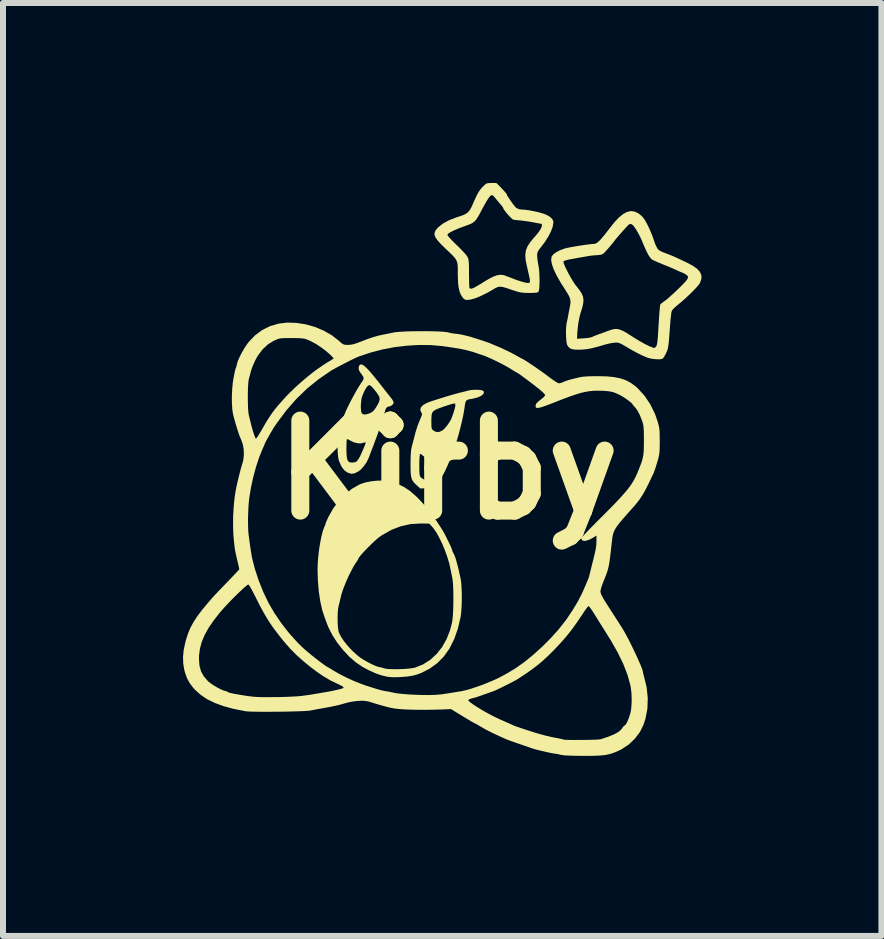
<source format=kicad_pcb>
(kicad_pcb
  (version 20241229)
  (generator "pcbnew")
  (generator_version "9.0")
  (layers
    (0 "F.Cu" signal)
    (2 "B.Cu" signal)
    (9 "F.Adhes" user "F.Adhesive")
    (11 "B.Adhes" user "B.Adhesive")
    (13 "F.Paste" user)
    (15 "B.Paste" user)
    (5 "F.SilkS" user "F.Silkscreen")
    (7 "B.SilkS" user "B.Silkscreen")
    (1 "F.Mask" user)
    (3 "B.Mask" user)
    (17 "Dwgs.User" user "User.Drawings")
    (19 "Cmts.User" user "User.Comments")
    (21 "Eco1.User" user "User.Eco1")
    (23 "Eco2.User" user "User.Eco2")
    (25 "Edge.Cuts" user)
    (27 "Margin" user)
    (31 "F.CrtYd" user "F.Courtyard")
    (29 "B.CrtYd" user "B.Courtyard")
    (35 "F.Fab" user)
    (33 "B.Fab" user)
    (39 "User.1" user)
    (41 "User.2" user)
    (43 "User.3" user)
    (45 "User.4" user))
  (footprint "Kirby"
    (layer "F.Cu")
    (at 4.419 4.781)
    (property "Reference" "Kirby" (at 0 0 0) (layer "F.SilkS") (effects (font (size 1.5 1.5) (thickness 0.3))))
    (attr board_only exclude_from_pos_files exclude_from_bom)
    (fp_poly (pts (xy -1.425 -1.751) (xy -1.395 -1.73) (xy -1.356 -1.694) (xy -1.307 -1.642) (xy -1.248 -1.572) (xy -1.175 -1.483) (xy -1.102 -1.389) (xy -1.057 -1.332) (xy -1.014 -1.277) (xy -0.977 -1.231) (xy -0.952 -1.199) (xy -0.951 -1.199) (xy -0.926 -1.164) (xy -0.911 -1.133) (xy -0.908 -1.121) (xy -0.92 -1.094) (xy -0.948 -1.07) (xy -0.985 -1.056) (xy -0.996 -1.055) (xy -1.021 -1.045) (xy -1.041 -1.015) (xy -1.058 -0.962) (xy -1.063 -0.941) (xy -1.074 -0.898) (xy -1.094 -0.835) (xy -1.12 -0.756) (xy -1.151 -0.667) (xy -1.185 -0.571) (xy -1.221 -0.474) (xy -1.238 -0.427) (xy -1.265 -0.357) (xy -1.29 -0.293) (xy -1.31 -0.239) (xy -1.324 -0.203) (xy -1.327 -0.194) (xy -1.361 -0.125) (xy -1.408 -0.059) (xy -1.46 -0.002) (xy -1.499 0.027) (xy -1.559 0.057) (xy -1.612 0.065) (xy -1.663 0.05) (xy -1.675 0.045) (xy -1.72 0.015) (xy -1.755 -0.022) (xy -1.786 -0.072) (xy -1.816 -0.142) (xy -1.822 -0.157) (xy -1.832 -0.202) (xy -1.839 -0.266) (xy -1.843 -0.341) (xy -1.843 -0.35) (xy -1.696 -0.35) (xy -1.694 -0.265) (xy -1.688 -0.203) (xy -1.677 -0.161) (xy -1.658 -0.136) (xy -1.63 -0.124) (xy -1.591 -0.123) (xy -1.59 -0.123) (xy -1.551 -0.128) (xy -1.525 -0.142) (xy -1.501 -0.171) (xy -1.495 -0.18) (xy -1.476 -0.212) (xy -1.454 -0.258) (xy -1.43 -0.311) (xy -1.407 -0.365) (xy -1.388 -0.412) (xy -1.377 -0.445) (xy -1.375 -0.456) (xy -1.385 -0.461) (xy -1.401 -0.455) (xy -1.45 -0.442) (xy -1.51 -0.444) (xy -1.575 -0.461) (xy -1.635 -0.49) (xy -1.644 -0.496) (xy -1.671 -0.51) (xy -1.687 -0.512) (xy -1.687 -0.512) (xy -1.691 -0.496) (xy -1.694 -0.459) (xy -1.695 -0.406) (xy -1.696 -0.35) (xy -1.843 -0.35) (xy -1.843 -0.419) (xy -1.839 -0.493) (xy -1.832 -0.555) (xy -1.822 -0.594) (xy -1.81 -0.634) (xy -1.803 -0.668) (xy -1.803 -0.674) (xy -1.798 -0.704) (xy -1.784 -0.755) (xy -1.763 -0.822) (xy -1.736 -0.902) (xy -1.73 -0.919) (xy -1.705 -0.981) (xy -1.669 -1.057) (xy -1.667 -1.061) (xy -1.456 -1.061) (xy -1.454 -1.004) (xy -1.447 -0.961) (xy -1.442 -0.947) (xy -1.416 -0.926) (xy -1.373 -0.924) (xy -1.311 -0.942) (xy -1.309 -0.943) (xy -1.272 -0.962) (xy -1.24 -0.99) (xy -1.209 -1.031) (xy -1.178 -1.083) (xy -1.151 -1.137) (xy -1.141 -1.18) (xy -1.149 -1.22) (xy -1.175 -1.265) (xy -1.193 -1.29) (xy -1.239 -1.348) (xy -1.273 -1.386) (xy -1.298 -1.407) (xy -1.319 -1.412) (xy -1.332 -1.407) (xy -1.356 -1.382) (xy -1.384 -1.337) (xy -1.414 -1.275) (xy -1.433 -1.228) (xy -1.445 -1.182) (xy -1.452 -1.123) (xy -1.456 -1.061) (xy -1.667 -1.061) (xy -1.626 -1.143) (xy -1.579 -1.231) (xy -1.532 -1.316) (xy -1.486 -1.392) (xy -1.447 -1.454) (xy -1.427 -1.481) (xy -1.41 -1.513) (xy -1.413 -1.547) (xy -1.437 -1.588) (xy -1.458 -1.614) (xy -1.485 -1.657) (xy -1.494 -1.7) (xy -1.484 -1.737) (xy -1.467 -1.754) (xy -1.449 -1.758)) (stroke (width 0) (type solid)) (fill yes) (layer "F.SilkS"))
    (fp_poly (pts (xy 0.539 -1.331) (xy 0.575 -1.323) (xy 0.588 -1.315) (xy 0.596 -1.288) (xy 0.582 -1.26) (xy 0.547 -1.233) (xy 0.494 -1.209) (xy 0.426 -1.19) (xy 0.37 -1.18) (xy 0.33 -1.172) (xy 0.305 -1.158) (xy 0.289 -1.133) (xy 0.28 -1.09) (xy 0.274 -1.048) (xy 0.263 -0.973) (xy 0.245 -0.881) (xy 0.222 -0.779) (xy 0.196 -0.673) (xy 0.168 -0.569) (xy 0.139 -0.472) (xy 0.112 -0.39) (xy 0.087 -0.327) (xy 0.086 -0.325) (xy 0.073 -0.293) (xy 0.067 -0.271) (xy 0.067 -0.27) (xy 0.062 -0.251) (xy 0.048 -0.213) (xy 0.027 -0.161) (xy 0.002 -0.102) (xy -0.026 -0.039) (xy -0.053 0.02) (xy -0.096 0.101) (xy -0.146 0.174) (xy -0.198 0.233) (xy -0.239 0.267) (xy -0.283 0.289) (xy -0.337 0.301) (xy -0.376 0.305) (xy -0.465 0.31) (xy -0.528 0.252) (xy -0.563 0.218) (xy -0.588 0.187) (xy -0.606 0.154) (xy -0.617 0.113) (xy -0.624 0.06) (xy -0.627 -0.01) (xy -0.627 -0.082) (xy -0.481 -0.082) (xy -0.481 -0.008) (xy -0.479 0.044) (xy -0.476 0.079) (xy -0.471 0.101) (xy -0.463 0.116) (xy -0.451 0.129) (xy -0.451 0.13) (xy -0.401 0.161) (xy -0.353 0.166) (xy -0.305 0.144) (xy -0.28 0.122) (xy -0.265 0.099) (xy -0.244 0.06) (xy -0.22 0.01) (xy -0.195 -0.045) (xy -0.172 -0.1) (xy -0.153 -0.149) (xy -0.141 -0.187) (xy -0.137 -0.207) (xy -0.138 -0.209) (xy -0.153 -0.209) (xy -0.185 -0.201) (xy -0.211 -0.192) (xy -0.255 -0.179) (xy -0.287 -0.176) (xy -0.32 -0.183) (xy -0.331 -0.186) (xy -0.375 -0.206) (xy -0.414 -0.231) (xy -0.419 -0.235) (xy -0.445 -0.257) (xy -0.465 -0.267) (xy -0.467 -0.267) (xy -0.473 -0.254) (xy -0.477 -0.215) (xy -0.48 -0.153) (xy -0.481 -0.082) (xy -0.627 -0.082) (xy -0.627 -0.101) (xy -0.627 -0.103) (xy -0.626 -0.197) (xy -0.623 -0.269) (xy -0.618 -0.328) (xy -0.609 -0.377) (xy -0.602 -0.407) (xy -0.585 -0.469) (xy -0.566 -0.541) (xy -0.549 -0.608) (xy -0.531 -0.669) (xy -0.512 -0.73) (xy -0.494 -0.778) (xy -0.492 -0.781) (xy -0.478 -0.815) (xy -0.28 -0.815) (xy -0.28 -0.754) (xy -0.278 -0.714) (xy -0.273 -0.689) (xy -0.264 -0.672) (xy -0.249 -0.658) (xy -0.245 -0.655) (xy -0.199 -0.632) (xy -0.149 -0.633) (xy -0.097 -0.656) (xy -0.063 -0.686) (xy -0.024 -0.731) (xy 0.015 -0.786) (xy 0.047 -0.84) (xy 0.063 -0.877) (xy 0.093 -0.965) (xy 0.112 -1.031) (xy 0.12 -1.076) (xy 0.117 -1.101) (xy 0.104 -1.108) (xy 0.083 -1.104) (xy 0.042 -1.093) (xy -0.011 -1.076) (xy -0.069 -1.057) (xy -0.127 -1.036) (xy -0.155 -1.026) (xy -0.208 -1.004) (xy -0.244 -0.982) (xy -0.265 -0.955) (xy -0.276 -0.916) (xy -0.28 -0.859) (xy -0.28 -0.815) (xy -0.478 -0.815) (xy -0.473 -0.829) (xy -0.454 -0.873) (xy -0.447 -0.89) (xy -0.436 -0.922) (xy -0.44 -0.944) (xy -0.448 -0.957) (xy -0.465 -0.998) (xy -0.457 -1.038) (xy -0.423 -1.077) (xy -0.367 -1.111) (xy -0.334 -1.125) (xy -0.281 -1.144) (xy -0.213 -1.166) (xy -0.134 -1.191) (xy -0.05 -1.217) (xy 0.033 -1.242) (xy 0.111 -1.264) (xy 0.178 -1.283) (xy 0.229 -1.295) (xy 0.234 -1.296) (xy 0.282 -1.308) (xy 0.33 -1.32) (xy 0.334 -1.322) (xy 0.379 -1.331) (xy 0.434 -1.335) (xy 0.49 -1.335)) (stroke (width 0) (type solid)) (fill yes) (layer "F.SilkS"))
    (fp_poly (pts (xy -1.085 0.18) (xy -0.957 0.201) (xy -0.845 0.234) (xy -0.743 0.281) (xy -0.644 0.346) (xy -0.543 0.432) (xy -0.5 0.474) (xy -0.42 0.559) (xy -0.335 0.66) (xy -0.252 0.768) (xy -0.178 0.875) (xy -0.167 0.893) (xy -0.152 0.915) (xy -0.129 0.951) (xy -0.112 0.977) (xy -0.089 1.014) (xy -0.062 1.063) (xy -0.032 1.121) (xy -0.002 1.182) (xy 0.026 1.239) (xy 0.048 1.288) (xy 0.063 1.324) (xy 0.067 1.339) (xy 0.074 1.363) (xy 0.085 1.383) (xy 0.104 1.42) (xy 0.126 1.482) (xy 0.15 1.567) (xy 0.176 1.671) (xy 0.203 1.793) (xy 0.207 1.812) (xy 0.217 1.88) (xy 0.223 1.966) (xy 0.227 2.066) (xy 0.227 2.17) (xy 0.224 2.273) (xy 0.217 2.367) (xy 0.208 2.445) (xy 0.206 2.455) (xy 0.16 2.651) (xy 0.098 2.825) (xy 0.021 2.978) (xy -0.073 3.11) (xy -0.184 3.222) (xy -0.311 3.314) (xy -0.455 3.387) (xy -0.525 3.412) (xy -0.589 3.429) (xy -0.672 3.442) (xy -0.764 3.45) (xy -0.857 3.455) (xy -0.943 3.454) (xy -1.013 3.447) (xy -1.018 3.446) (xy -1.114 3.423) (xy -1.211 3.389) (xy -1.318 3.341) (xy -1.422 3.286) (xy -1.534 3.211) (xy -1.645 3.116) (xy -1.751 3.003) (xy -1.848 2.88) (xy -1.932 2.75) (xy -1.998 2.619) (xy -2.022 2.557) (xy -2.038 2.514) (xy -2.052 2.477) (xy -2.056 2.466) (xy -1.843 2.466) (xy -1.842 2.546) (xy -1.837 2.62) (xy -1.829 2.681) (xy -1.821 2.71) (xy -1.788 2.777) (xy -1.737 2.854) (xy -1.673 2.933) (xy -1.6 3.012) (xy -1.522 3.083) (xy -1.467 3.127) (xy -1.418 3.159) (xy -1.36 3.193) (xy -1.298 3.226) (xy -1.239 3.254) (xy -1.188 3.275) (xy -1.153 3.285) (xy -1.147 3.286) (xy -1.112 3.292) (xy -1.075 3.305) (xy -1.042 3.313) (xy -0.989 3.319) (xy -0.921 3.321) (xy -0.844 3.321) (xy -0.764 3.319) (xy -0.687 3.314) (xy -0.619 3.307) (xy -0.565 3.298) (xy -0.549 3.294) (xy -0.418 3.241) (xy -0.299 3.165) (xy -0.193 3.068) (xy -0.101 2.952) (xy -0.026 2.818) (xy 0.032 2.669) (xy 0.063 2.551) (xy 0.072 2.491) (xy 0.079 2.413) (xy 0.084 2.32) (xy 0.086 2.219) (xy 0.087 2.116) (xy 0.085 2.016) (xy 0.082 1.926) (xy 0.076 1.85) (xy 0.068 1.796) (xy 0.056 1.74) (xy 0.045 1.684) (xy 0.039 1.656) (xy 0.016 1.552) (xy -0.018 1.441) (xy -0.059 1.328) (xy -0.105 1.218) (xy -0.155 1.117) (xy -0.204 1.031) (xy -0.252 0.965) (xy -0.258 0.958) (xy -0.315 0.895) (xy -0.455 0.893) (xy -0.625 0.903) (xy -0.789 0.939) (xy -0.948 1) (xy -1.103 1.088) (xy -1.143 1.116) (xy -1.179 1.144) (xy -1.224 1.184) (xy -1.275 1.232) (xy -1.327 1.284) (xy -1.379 1.336) (xy -1.425 1.386) (xy -1.462 1.428) (xy -1.487 1.46) (xy -1.496 1.477) (xy -1.504 1.497) (xy -1.523 1.527) (xy -1.527 1.531) (xy -1.549 1.563) (xy -1.579 1.613) (xy -1.612 1.676) (xy -1.647 1.744) (xy -1.679 1.813) (xy -1.706 1.875) (xy -1.709 1.883) (xy -1.737 1.952) (xy -1.756 2.003) (xy -1.769 2.042) (xy -1.78 2.077) (xy -1.788 2.113) (xy -1.791 2.123) (xy -1.804 2.18) (xy -1.819 2.24) (xy -1.825 2.263) (xy -1.835 2.317) (xy -1.841 2.387) (xy -1.843 2.466) (xy -2.056 2.466) (xy -2.057 2.464) (xy -2.098 2.339) (xy -2.131 2.193) (xy -2.156 2.029) (xy -2.171 1.852) (xy -2.177 1.667) (xy -2.177 1.662) (xy -2.174 1.556) (xy -2.165 1.444) (xy -2.152 1.33) (xy -2.134 1.219) (xy -2.114 1.117) (xy -2.092 1.028) (xy -2.068 0.959) (xy -2.056 0.932) (xy -2.045 0.906) (xy -2.043 0.895) (xy -2.038 0.877) (xy -2.023 0.843) (xy -2.003 0.798) (xy -2 0.791) (xy -1.919 0.647) (xy -1.825 0.517) (xy -1.718 0.405) (xy -1.603 0.314) (xy -1.482 0.245) (xy -1.429 0.224) (xy -1.358 0.204) (xy -1.274 0.189) (xy -1.188 0.18) (xy -1.111 0.178)) (stroke (width 0) (type solid)) (fill yes) (layer "F.SilkS"))
    (fp_poly (pts (xy 0.89 -4.694) (xy 0.927 -4.654) (xy 0.956 -4.621) (xy 0.973 -4.6) (xy 0.975 -4.595) (xy 0.982 -4.576) (xy 1.002 -4.543) (xy 1.03 -4.501) (xy 1.061 -4.456) (xy 1.092 -4.414) (xy 1.119 -4.382) (xy 1.13 -4.37) (xy 1.177 -4.345) (xy 1.209 -4.34) (xy 1.273 -4.336) (xy 1.351 -4.326) (xy 1.434 -4.31) (xy 1.515 -4.292) (xy 1.586 -4.271) (xy 1.636 -4.252) (xy 1.698 -4.216) (xy 1.736 -4.18) (xy 1.752 -4.141) (xy 1.753 -4.121) (xy 1.742 -4.054) (xy 1.713 -3.975) (xy 1.669 -3.888) (xy 1.611 -3.798) (xy 1.56 -3.73) (xy 1.523 -3.683) (xy 1.5 -3.649) (xy 1.488 -3.622) (xy 1.483 -3.594) (xy 1.483 -3.57) (xy 1.486 -3.521) (xy 1.494 -3.461) (xy 1.502 -3.419) (xy 1.511 -3.365) (xy 1.518 -3.299) (xy 1.521 -3.227) (xy 1.523 -3.154) (xy 1.521 -3.086) (xy 1.518 -3.028) (xy 1.511 -2.986) (xy 1.502 -2.965) (xy 1.502 -2.964) (xy 1.477 -2.955) (xy 1.427 -2.95) (xy 1.351 -2.949) (xy 1.345 -2.949) (xy 1.278 -2.951) (xy 1.225 -2.955) (xy 1.174 -2.965) (xy 1.116 -2.982) (xy 1.068 -2.998) (xy 0.989 -3.025) (xy 0.93 -3.043) (xy 0.885 -3.052) (xy 0.849 -3.052) (xy 0.817 -3.044) (xy 0.783 -3.028) (xy 0.755 -3.011) (xy 0.649 -2.95) (xy 0.549 -2.901) (xy 0.458 -2.863) (xy 0.379 -2.84) (xy 0.317 -2.831) (xy 0.317 -2.831) (xy 0.279 -2.838) (xy 0.25 -2.862) (xy 0.242 -2.872) (xy 0.211 -2.92) (xy 0.189 -2.974) (xy 0.174 -3.038) (xy 0.165 -3.117) (xy 0.161 -3.216) (xy 0.16 -3.264) (xy 0.16 -3.34) (xy 0.159 -3.399) (xy 0.153 -3.445) (xy 0.141 -3.484) (xy 0.121 -3.52) (xy 0.089 -3.558) (xy 0.044 -3.604) (xy -0.017 -3.662) (xy -0.043 -3.686) (xy -0.118 -3.76) (xy -0.174 -3.821) (xy -0.21 -3.872) (xy -0.227 -3.915) (xy -0.227 -3.917) (xy -0.013 -3.917) (xy -0.004 -3.9) (xy 0.022 -3.868) (xy 0.062 -3.826) (xy 0.111 -3.776) (xy 0.141 -3.748) (xy 0.196 -3.694) (xy 0.246 -3.642) (xy 0.287 -3.597) (xy 0.314 -3.563) (xy 0.321 -3.551) (xy 0.331 -3.53) (xy 0.338 -3.505) (xy 0.342 -3.473) (xy 0.345 -3.429) (xy 0.347 -3.368) (xy 0.347 -3.286) (xy 0.347 -3.268) (xy 0.348 -3.192) (xy 0.349 -3.125) (xy 0.351 -3.072) (xy 0.354 -3.038) (xy 0.356 -3.027) (xy 0.377 -3.019) (xy 0.411 -3.027) (xy 0.45 -3.046) (xy 0.486 -3.067) (xy 0.535 -3.096) (xy 0.587 -3.128) (xy 0.594 -3.133) (xy 0.685 -3.187) (xy 0.76 -3.224) (xy 0.823 -3.246) (xy 0.877 -3.252) (xy 0.926 -3.246) (xy 0.944 -3.24) (xy 0.979 -3.226) (xy 1.031 -3.207) (xy 1.09 -3.184) (xy 1.115 -3.174) (xy 1.176 -3.153) (xy 1.236 -3.134) (xy 1.284 -3.122) (xy 1.299 -3.119) (xy 1.325 -3.115) (xy 1.344 -3.115) (xy 1.356 -3.12) (xy 1.362 -3.135) (xy 1.362 -3.162) (xy 1.355 -3.203) (xy 1.342 -3.263) (xy 1.323 -3.345) (xy 1.309 -3.406) (xy 1.29 -3.503) (xy 1.285 -3.585) (xy 1.295 -3.658) (xy 1.323 -3.727) (xy 1.369 -3.798) (xy 1.436 -3.878) (xy 1.444 -3.886) (xy 1.495 -3.947) (xy 1.534 -4.002) (xy 1.557 -4.047) (xy 1.562 -4.073) (xy 1.56 -4.095) (xy 1.557 -4.1) (xy 1.543 -4.102) (xy 1.508 -4.109) (xy 1.458 -4.118) (xy 1.42 -4.125) (xy 1.351 -4.138) (xy 1.278 -4.148) (xy 1.215 -4.156) (xy 1.195 -4.158) (xy 1.145 -4.162) (xy 1.104 -4.167) (xy 1.081 -4.172) (xy 1.061 -4.187) (xy 1.032 -4.215) (xy 0.998 -4.251) (xy 0.966 -4.29) (xy 0.939 -4.324) (xy 0.923 -4.348) (xy 0.921 -4.354) (xy 0.913 -4.373) (xy 0.892 -4.403) (xy 0.871 -4.427) (xy 0.835 -4.469) (xy 0.798 -4.514) (xy 0.784 -4.532) (xy 0.758 -4.561) (xy 0.735 -4.578) (xy 0.728 -4.581) (xy 0.707 -4.57) (xy 0.678 -4.537) (xy 0.642 -4.482) (xy 0.597 -4.403) (xy 0.581 -4.374) (xy 0.537 -4.291) (xy 0.503 -4.229) (xy 0.474 -4.182) (xy 0.446 -4.148) (xy 0.417 -4.123) (xy 0.382 -4.103) (xy 0.338 -4.085) (xy 0.281 -4.064) (xy 0.267 -4.059) (xy 0.168 -4.022) (xy 0.09 -3.988) (xy 0.032 -3.959) (xy -0.003 -3.934) (xy -0.013 -3.917) (xy -0.227 -3.917) (xy -0.226 -3.955) (xy -0.209 -3.993) (xy -0.177 -4.032) (xy -0.163 -4.045) (xy -0.086 -4.106) (xy 0.015 -4.161) (xy 0.136 -4.208) (xy 0.17 -4.219) (xy 0.239 -4.242) (xy 0.291 -4.265) (xy 0.329 -4.293) (xy 0.361 -4.332) (xy 0.391 -4.386) (xy 0.421 -4.454) (xy 0.456 -4.532) (xy 0.485 -4.592) (xy 0.511 -4.638) (xy 0.538 -4.675) (xy 0.568 -4.71) (xy 0.575 -4.717) (xy 0.609 -4.751) (xy 0.634 -4.77) (xy 0.662 -4.779) (xy 0.701 -4.781) (xy 0.72 -4.781) (xy 0.804 -4.781)) (stroke (width 0) (type solid)) (fill yes) (layer "F.SilkS"))
    (fp_poly (pts (xy 3.114 -4.303) (xy 3.174 -4.273) (xy 3.228 -4.229) (xy 3.241 -4.215) (xy 3.277 -4.166) (xy 3.316 -4.096) (xy 3.357 -4.011) (xy 3.396 -3.917) (xy 3.432 -3.818) (xy 3.442 -3.786) (xy 3.453 -3.757) (xy 3.472 -3.719) (xy 3.478 -3.707) (xy 3.493 -3.682) (xy 3.512 -3.662) (xy 3.541 -3.645) (xy 3.584 -3.626) (xy 3.626 -3.61) (xy 3.673 -3.592) (xy 3.713 -3.576) (xy 3.75 -3.561) (xy 3.79 -3.543) (xy 3.838 -3.521) (xy 3.899 -3.492) (xy 3.979 -3.454) (xy 3.98 -3.454) (xy 4.077 -3.402) (xy 4.149 -3.351) (xy 4.196 -3.298) (xy 4.22 -3.244) (xy 4.22 -3.185) (xy 4.198 -3.122) (xy 4.195 -3.114) (xy 4.172 -3.081) (xy 4.132 -3.035) (xy 4.079 -2.979) (xy 4.016 -2.918) (xy 3.948 -2.854) (xy 3.877 -2.792) (xy 3.83 -2.753) (xy 3.779 -2.71) (xy 3.746 -2.678) (xy 3.728 -2.652) (xy 3.72 -2.627) (xy 3.713 -2.57) (xy 3.705 -2.499) (xy 3.698 -2.41) (xy 3.69 -2.301) (xy 3.686 -2.244) (xy 3.679 -2.154) (xy 3.67 -2.079) (xy 3.661 -2.023) (xy 3.653 -1.996) (xy 3.627 -1.937) (xy 3.602 -1.89) (xy 3.58 -1.859) (xy 3.573 -1.853) (xy 3.546 -1.845) (xy 3.5 -1.843) (xy 3.445 -1.846) (xy 3.388 -1.853) (xy 3.337 -1.865) (xy 3.319 -1.871) (xy 3.225 -1.911) (xy 3.13 -1.959) (xy 3.026 -2.017) (xy 2.975 -2.047) (xy 2.918 -2.081) (xy 2.877 -2.103) (xy 2.847 -2.116) (xy 2.82 -2.121) (xy 2.791 -2.121) (xy 2.768 -2.12) (xy 2.714 -2.112) (xy 2.649 -2.098) (xy 2.597 -2.084) (xy 2.489 -2.052) (xy 2.399 -2.029) (xy 2.322 -2.014) (xy 2.251 -2.006) (xy 2.183 -2.003) (xy 2.112 -2.005) (xy 2.061 -2.013) (xy 2.026 -2.029) (xy 2 -2.055) (xy 1.983 -2.083) (xy 1.974 -2.116) (xy 1.968 -2.167) (xy 1.964 -2.232) (xy 1.963 -2.301) (xy 1.965 -2.369) (xy 1.971 -2.428) (xy 1.977 -2.464) (xy 1.988 -2.509) (xy 1.999 -2.564) (xy 2.003 -2.591) (xy 2.014 -2.648) (xy 2.026 -2.708) (xy 2.03 -2.731) (xy 2.039 -2.791) (xy 2.034 -2.843) (xy 2.015 -2.895) (xy 1.979 -2.957) (xy 1.973 -2.967) (xy 1.882 -3.109) (xy 1.81 -3.234) (xy 1.759 -3.34) (xy 1.728 -3.429) (xy 1.72 -3.476) (xy 1.921 -3.476) (xy 1.921 -3.459) (xy 1.933 -3.423) (xy 1.954 -3.375) (xy 1.983 -3.317) (xy 2.015 -3.255) (xy 2.05 -3.193) (xy 2.085 -3.135) (xy 2.117 -3.087) (xy 2.133 -3.067) (xy 2.187 -2.998) (xy 2.225 -2.94) (xy 2.247 -2.887) (xy 2.255 -2.833) (xy 2.25 -2.772) (xy 2.233 -2.699) (xy 2.205 -2.611) (xy 2.185 -2.532) (xy 2.168 -2.437) (xy 2.156 -2.334) (xy 2.153 -2.298) (xy 2.147 -2.186) (xy 2.26 -2.193) (xy 2.315 -2.198) (xy 2.362 -2.205) (xy 2.393 -2.213) (xy 2.398 -2.215) (xy 2.425 -2.228) (xy 2.466 -2.244) (xy 2.497 -2.256) (xy 2.55 -2.274) (xy 2.612 -2.297) (xy 2.663 -2.316) (xy 2.72 -2.336) (xy 2.768 -2.347) (xy 2.813 -2.349) (xy 2.858 -2.339) (xy 2.909 -2.319) (xy 2.97 -2.285) (xy 3.047 -2.236) (xy 3.078 -2.216) (xy 3.172 -2.158) (xy 3.265 -2.105) (xy 3.351 -2.062) (xy 3.405 -2.04) (xy 3.431 -2.032) (xy 3.448 -2.039) (xy 3.464 -2.054) (xy 3.473 -2.071) (xy 3.481 -2.098) (xy 3.487 -2.141) (xy 3.493 -2.203) (xy 3.499 -2.285) (xy 3.506 -2.411) (xy 3.513 -2.513) (xy 3.518 -2.594) (xy 3.523 -2.655) (xy 3.527 -2.7) (xy 3.53 -2.73) (xy 3.533 -2.749) (xy 3.536 -2.759) (xy 3.537 -2.76) (xy 3.552 -2.774) (xy 3.582 -2.797) (xy 3.606 -2.814) (xy 3.642 -2.841) (xy 3.689 -2.882) (xy 3.744 -2.931) (xy 3.802 -2.985) (xy 3.859 -3.04) (xy 3.91 -3.092) (xy 3.951 -3.135) (xy 3.977 -3.167) (xy 3.983 -3.176) (xy 3.998 -3.204) (xy 3.998 -3.222) (xy 3.982 -3.24) (xy 3.978 -3.244) (xy 3.946 -3.267) (xy 3.92 -3.28) (xy 3.895 -3.29) (xy 3.854 -3.307) (xy 3.806 -3.329) (xy 3.806 -3.329) (xy 3.757 -3.351) (xy 3.692 -3.379) (xy 3.621 -3.408) (xy 3.572 -3.428) (xy 3.512 -3.453) (xy 3.458 -3.476) (xy 3.417 -3.495) (xy 3.397 -3.506) (xy 3.368 -3.535) (xy 3.333 -3.588) (xy 3.296 -3.662) (xy 3.256 -3.753) (xy 3.219 -3.841) (xy 3.183 -3.916) (xy 3.142 -3.988) (xy 3.116 -4.03) (xy 3.081 -4.077) (xy 3.049 -4.098) (xy 3.02 -4.095) (xy 3.002 -4.082) (xy 2.976 -4.054) (xy 2.94 -4.015) (xy 2.899 -3.969) (xy 2.858 -3.922) (xy 2.821 -3.879) (xy 2.793 -3.846) (xy 2.779 -3.828) (xy 2.757 -3.798) (xy 2.723 -3.757) (xy 2.684 -3.71) (xy 2.644 -3.665) (xy 2.61 -3.628) (xy 2.586 -3.604) (xy 2.585 -3.603) (xy 2.546 -3.585) (xy 2.491 -3.579) (xy 2.438 -3.576) (xy 2.377 -3.57) (xy 2.344 -3.565) (xy 2.289 -3.555) (xy 2.223 -3.544) (xy 2.158 -3.533) (xy 2.157 -3.532) (xy 2.069 -3.516) (xy 2.004 -3.504) (xy 1.96 -3.493) (xy 1.933 -3.483) (xy 1.921 -3.476) (xy 1.72 -3.476) (xy 1.716 -3.5) (xy 1.724 -3.554) (xy 1.727 -3.562) (xy 1.757 -3.596) (xy 1.806 -3.631) (xy 1.871 -3.664) (xy 1.944 -3.69) (xy 1.959 -3.694) (xy 2.005 -3.704) (xy 2.067 -3.716) (xy 2.141 -3.729) (xy 2.218 -3.741) (xy 2.293 -3.752) (xy 2.359 -3.76) (xy 2.409 -3.765) (xy 2.427 -3.766) (xy 2.452 -3.77) (xy 2.481 -3.785) (xy 2.514 -3.813) (xy 2.554 -3.855) (xy 2.604 -3.915) (xy 2.665 -3.993) (xy 2.692 -4.028) (xy 2.772 -4.129) (xy 2.844 -4.206) (xy 2.911 -4.261) (xy 2.973 -4.296) (xy 3.034 -4.312) (xy 3.058 -4.313)) (stroke (width 0) (type solid)) (fill yes) (layer "F.SilkS"))
    (fp_poly (pts (xy -2.53 -2.45) (xy -2.374 -2.426) (xy -2.22 -2.382) (xy -2.074 -2.321) (xy -1.94 -2.244) (xy -1.825 -2.155) (xy -1.786 -2.119) (xy -1.757 -2.098) (xy -1.731 -2.087) (xy -1.699 -2.084) (xy -1.67 -2.083) (xy -1.625 -2.086) (xy -1.578 -2.095) (xy -1.521 -2.113) (xy -1.447 -2.141) (xy -1.34 -2.182) (xy -1.249 -2.213) (xy -1.165 -2.237) (xy -1.082 -2.255) (xy -1.082 -2.255) (xy -1.029 -2.265) (xy -0.966 -2.278) (xy -0.91 -2.29) (xy -0.862 -2.297) (xy -0.793 -2.302) (xy -0.709 -2.307) (xy -0.614 -2.31) (xy -0.512 -2.311) (xy -0.408 -2.312) (xy -0.306 -2.311) (xy -0.21 -2.309) (xy -0.125 -2.305) (xy -0.056 -2.3) (xy -0.007 -2.294) (xy 0.008 -2.29) (xy 0.056 -2.278) (xy 0.101 -2.271) (xy 0.116 -2.27) (xy 0.157 -2.266) (xy 0.217 -2.256) (xy 0.286 -2.24) (xy 0.359 -2.222) (xy 0.407 -2.207) (xy 0.509 -2.175) (xy 0.595 -2.147) (xy 0.662 -2.124) (xy 0.707 -2.107) (xy 0.714 -2.103) (xy 0.75 -2.088) (xy 0.797 -2.068) (xy 0.827 -2.056) (xy 0.893 -2.028) (xy 0.972 -1.99) (xy 1.054 -1.95) (xy 1.129 -1.91) (xy 1.162 -1.891) (xy 1.2 -1.87) (xy 1.231 -1.853) (xy 1.242 -1.848) (xy 1.269 -1.833) (xy 1.314 -1.805) (xy 1.371 -1.767) (xy 1.437 -1.723) (xy 1.506 -1.675) (xy 1.575 -1.626) (xy 1.64 -1.579) (xy 1.674 -1.553) (xy 1.73 -1.512) (xy 1.779 -1.478) (xy 1.818 -1.454) (xy 1.842 -1.443) (xy 1.845 -1.442) (xy 1.873 -1.448) (xy 1.912 -1.461) (xy 1.929 -1.469) (xy 1.98 -1.489) (xy 2.036 -1.506) (xy 2.052 -1.51) (xy 2.104 -1.523) (xy 2.164 -1.537) (xy 2.191 -1.544) (xy 2.246 -1.553) (xy 2.327 -1.559) (xy 2.433 -1.562) (xy 2.493 -1.562) (xy 2.638 -1.559) (xy 2.762 -1.547) (xy 2.869 -1.526) (xy 2.961 -1.494) (xy 3.044 -1.45) (xy 3.121 -1.394) (xy 3.153 -1.366) (xy 3.27 -1.239) (xy 3.368 -1.094) (xy 3.447 -0.932) (xy 3.492 -0.802) (xy 3.505 -0.755) (xy 3.515 -0.712) (xy 3.521 -0.667) (xy 3.524 -0.613) (xy 3.525 -0.543) (xy 3.526 -0.48) (xy 3.525 -0.398) (xy 3.524 -0.335) (xy 3.52 -0.285) (xy 3.513 -0.24) (xy 3.503 -0.195) (xy 3.488 -0.141) (xy 3.485 -0.132) (xy 3.466 -0.07) (xy 3.448 -0.014) (xy 3.433 0.029) (xy 3.426 0.047) (xy 3.371 0.164) (xy 3.324 0.261) (xy 3.282 0.342) (xy 3.243 0.411) (xy 3.203 0.472) (xy 3.162 0.529) (xy 3.115 0.586) (xy 3.063 0.645) (xy 2.98 0.738) (xy 2.913 0.815) (xy 2.86 0.878) (xy 2.819 0.931) (xy 2.788 0.977) (xy 2.766 1.019) (xy 2.751 1.06) (xy 2.74 1.104) (xy 2.733 1.154) (xy 2.726 1.212) (xy 2.725 1.222) (xy 2.712 1.339) (xy 2.701 1.433) (xy 2.691 1.51) (xy 2.681 1.573) (xy 2.67 1.627) (xy 2.657 1.676) (xy 2.641 1.725) (xy 2.621 1.778) (xy 2.596 1.84) (xy 2.592 1.85) (xy 2.569 1.909) (xy 2.551 1.962) (xy 2.54 2.004) (xy 2.537 2.022) (xy 2.54 2.043) (xy 2.547 2.068) (xy 2.562 2.1) (xy 2.586 2.144) (xy 2.621 2.201) (xy 2.669 2.276) (xy 2.695 2.317) (xy 2.742 2.39) (xy 2.779 2.447) (xy 2.811 2.497) (xy 2.843 2.546) (xy 2.879 2.603) (xy 2.901 2.637) (xy 2.932 2.69) (xy 2.969 2.757) (xy 3.01 2.834) (xy 3.052 2.918) (xy 3.094 3.005) (xy 3.135 3.091) (xy 3.171 3.172) (xy 3.203 3.244) (xy 3.227 3.303) (xy 3.241 3.346) (xy 3.245 3.366) (xy 3.249 3.387) (xy 3.258 3.424) (xy 3.264 3.444) (xy 3.308 3.626) (xy 3.326 3.805) (xy 3.32 3.979) (xy 3.288 4.146) (xy 3.255 4.247) (xy 3.196 4.367) (xy 3.113 4.477) (xy 3.012 4.574) (xy 2.894 4.653) (xy 2.847 4.677) (xy 2.786 4.704) (xy 2.728 4.725) (xy 2.67 4.741) (xy 2.606 4.753) (xy 2.532 4.76) (xy 2.444 4.764) (xy 2.336 4.766) (xy 2.245 4.766) (xy 2.117 4.764) (xy 2.014 4.761) (xy 1.938 4.757) (xy 1.886 4.75) (xy 1.87 4.747) (xy 1.826 4.736) (xy 1.788 4.729) (xy 1.779 4.729) (xy 1.751 4.725) (xy 1.704 4.716) (xy 1.645 4.703) (xy 1.579 4.688) (xy 1.515 4.673) (xy 1.458 4.658) (xy 1.414 4.646) (xy 1.402 4.642) (xy 1.371 4.631) (xy 1.321 4.613) (xy 1.261 4.593) (xy 1.209 4.575) (xy 1.124 4.546) (xy 1.059 4.523) (xy 1.008 4.504) (xy 0.964 4.487) (xy 0.923 4.469) (xy 0.878 4.449) (xy 0.842 4.432) (xy 0.767 4.397) (xy 0.711 4.37) (xy 0.667 4.348) (xy 0.63 4.329) (xy 0.594 4.309) (xy 0.554 4.285) (xy 0.54 4.277) (xy 0.495 4.251) (xy 0.459 4.231) (xy 0.439 4.221) (xy 0.436 4.22) (xy 0.423 4.213) (xy 0.391 4.195) (xy 0.344 4.167) (xy 0.286 4.132) (xy 0.238 4.103) (xy 0.047 3.986) (xy -0.114 3.993) (xy -0.229 3.996) (xy -0.355 3.998) (xy -0.484 3.998) (xy -0.607 3.996) (xy -0.716 3.992) (xy -0.768 3.989) (xy -0.837 3.983) (xy -0.903 3.975) (xy -0.97 3.962) (xy -1.046 3.943) (xy -1.135 3.918) (xy -1.242 3.886) (xy -1.266 3.878) (xy -1.329 3.86) (xy -1.38 3.85) (xy -1.433 3.847) (xy -1.493 3.849) (xy -1.56 3.856) (xy -1.63 3.867) (xy -1.69 3.881) (xy -1.696 3.883) (xy -1.811 3.915) (xy -1.945 3.945) (xy -2.097 3.973) (xy -2.161 3.984) (xy -2.224 3.996) (xy -2.276 4.006) (xy -2.29 4.009) (xy -2.324 4.014) (xy -2.38 4.018) (xy -2.455 4.021) (xy -2.545 4.024) (xy -2.646 4.027) (xy -2.754 4.029) (xy -2.865 4.03) (xy -2.975 4.031) (xy -3.079 4.031) (xy -3.175 4.03) (xy -3.258 4.029) (xy -3.325 4.026) (xy -3.37 4.023) (xy -3.381 4.021) (xy -3.574 3.983) (xy -3.744 3.937) (xy -3.891 3.883) (xy -3.984 3.837) (xy 0.334 3.837) (xy 0.346 3.855) (xy 0.378 3.881) (xy 0.427 3.916) (xy 0.489 3.956) (xy 0.56 3.999) (xy 0.638 4.044) (xy 0.718 4.087) (xy 0.798 4.127) (xy 0.872 4.162) (xy 0.874 4.163) (xy 0.938 4.191) (xy 0.997 4.217) (xy 1.044 4.238) (xy 1.073 4.251) (xy 1.075 4.252) (xy 1.092 4.26) (xy 1.11 4.267) (xy 1.132 4.275) (xy 1.163 4.286) (xy 1.209 4.301) (xy 1.272 4.323) (xy 1.322 4.339) (xy 1.473 4.387) (xy 1.61 4.425) (xy 1.742 4.456) (xy 1.835 4.473) (xy 1.878 4.482) (xy 1.909 4.489) (xy 1.921 4.494) (xy 1.937 4.497) (xy 1.974 4.499) (xy 2.03 4.5) (xy 2.098 4.501) (xy 2.174 4.5) (xy 2.253 4.5) (xy 2.332 4.499) (xy 2.404 4.497) (xy 2.466 4.495) (xy 2.513 4.492) (xy 2.541 4.489) (xy 2.543 4.488) (xy 2.664 4.448) (xy 2.762 4.408) (xy 2.835 4.368) (xy 2.883 4.328) (xy 2.898 4.307) (xy 2.92 4.276) (xy 2.941 4.259) (xy 2.963 4.237) (xy 2.986 4.195) (xy 3.012 4.13) (xy 3.033 4.066) (xy 3.048 3.997) (xy 3.056 3.911) (xy 3.058 3.814) (xy 3.054 3.716) (xy 3.043 3.626) (xy 3.037 3.592) (xy 2.989 3.417) (xy 2.917 3.231) (xy 2.821 3.035) (xy 2.703 2.829) (xy 2.66 2.761) (xy 2.634 2.718) (xy 2.598 2.661) (xy 2.557 2.596) (xy 2.518 2.534) (xy 2.462 2.444) (xy 2.419 2.375) (xy 2.386 2.325) (xy 2.362 2.292) (xy 2.346 2.275) (xy 2.338 2.27) (xy 2.326 2.281) (xy 2.304 2.308) (xy 2.277 2.346) (xy 2.276 2.347) (xy 2.221 2.43) (xy 2.177 2.495) (xy 2.141 2.548) (xy 2.108 2.594) (xy 2.076 2.639) (xy 2.04 2.686) (xy 2.015 2.718) (xy 1.943 2.806) (xy 1.856 2.903) (xy 1.762 3.003) (xy 1.666 3.098) (xy 1.574 3.183) (xy 1.497 3.248) (xy 1.408 3.316) (xy 1.306 3.388) (xy 1.201 3.458) (xy 1.142 3.496) (xy 1.113 3.512) (xy 1.068 3.536) (xy 1.011 3.565) (xy 0.949 3.596) (xy 0.887 3.627) (xy 0.832 3.653) (xy 0.79 3.673) (xy 0.768 3.682) (xy 0.669 3.718) (xy 0.592 3.745) (xy 0.533 3.766) (xy 0.487 3.782) (xy 0.451 3.793) (xy 0.421 3.801) (xy 0.404 3.805) (xy 0.365 3.817) (xy 0.34 3.83) (xy 0.334 3.837) (xy -3.984 3.837) (xy -4.019 3.82) (xy -4.127 3.747) (xy -4.22 3.664) (xy -4.25 3.63) (xy -4.31 3.55) (xy -4.354 3.468) (xy -4.387 3.373) (xy -4.396 3.34) (xy -4.415 3.232) (xy -4.418 3.149) (xy -4.153 3.149) (xy -4.145 3.263) (xy -4.118 3.359) (xy -4.07 3.445) (xy -4.001 3.523) (xy -3.991 3.531) (xy -3.952 3.562) (xy -3.901 3.595) (xy -3.845 3.628) (xy -3.791 3.656) (xy -3.744 3.677) (xy -3.711 3.686) (xy -3.708 3.686) (xy -3.684 3.694) (xy -3.678 3.699) (xy -3.663 3.708) (xy -3.631 3.717) (xy -3.582 3.728) (xy -3.513 3.741) (xy -3.42 3.756) (xy -3.359 3.766) (xy -3.296 3.774) (xy -3.235 3.781) (xy -3.169 3.785) (xy -3.092 3.787) (xy -3 3.787) (xy -2.887 3.786) (xy -2.885 3.786) (xy -2.787 3.785) (xy -2.691 3.782) (xy -2.601 3.778) (xy -2.525 3.774) (xy -2.467 3.769) (xy -2.451 3.768) (xy -2.386 3.759) (xy -2.32 3.75) (xy -2.267 3.742) (xy -2.257 3.74) (xy -2.21 3.732) (xy -2.147 3.721) (xy -2.08 3.71) (xy -2.057 3.706) (xy -1.994 3.695) (xy -1.935 3.684) (xy -1.89 3.674) (xy -1.876 3.671) (xy -1.83 3.66) (xy -1.788 3.649) (xy -1.783 3.648) (xy -1.755 3.639) (xy -1.743 3.629) (xy -1.749 3.616) (xy -1.775 3.599) (xy -1.823 3.575) (xy -1.876 3.55) (xy -1.975 3.501) (xy -2.077 3.441) (xy -2.184 3.368) (xy -2.302 3.279) (xy -2.417 3.184) (xy -2.528 3.085) (xy -2.633 2.979) (xy -2.738 2.859) (xy -2.811 2.768) (xy -2.877 2.682) (xy -2.935 2.603) (xy -2.987 2.526) (xy -3.036 2.446) (xy -3.086 2.359) (xy -3.14 2.258) (xy -3.2 2.14) (xy -3.22 2.1) (xy -3.253 2.035) (xy -3.283 1.98) (xy -3.307 1.938) (xy -3.325 1.914) (xy -3.33 1.91) (xy -3.348 1.919) (xy -3.38 1.945) (xy -3.424 1.984) (xy -3.477 2.034) (xy -3.536 2.091) (xy -3.598 2.153) (xy -3.659 2.216) (xy -3.716 2.277) (xy -3.767 2.333) (xy -3.802 2.374) (xy -3.909 2.51) (xy -3.995 2.636) (xy -4.06 2.754) (xy -4.107 2.867) (xy -4.137 2.979) (xy -4.152 3.092) (xy -4.153 3.149) (xy -4.418 3.149) (xy -4.419 3.122) (xy -4.408 3.003) (xy -4.38 2.871) (xy -4.363 2.811) (xy -4.331 2.714) (xy -4.291 2.622) (xy -4.241 2.531) (xy -4.178 2.435) (xy -4.099 2.331) (xy -4.033 2.251) (xy -3.998 2.209) (xy -3.968 2.175) (xy -3.942 2.144) (xy -3.914 2.113) (xy -3.882 2.079) (xy -3.843 2.037) (xy -3.792 1.984) (xy -3.727 1.917) (xy -3.713 1.902) (xy -3.659 1.846) (xy -3.608 1.793) (xy -3.565 1.747) (xy -3.533 1.714) (xy -3.526 1.706) (xy -3.48 1.656) (xy -3.504 1.552) (xy -3.519 1.489) (xy -3.534 1.423) (xy -3.546 1.369) (xy -3.554 1.326) (xy -3.562 1.264) (xy -3.57 1.19) (xy -3.577 1.112) (xy -3.579 1.09) (xy -3.585 0.942) (xy -3.584 0.827) (xy -3.336 0.827) (xy -3.335 0.923) (xy -3.332 1.007) (xy -3.327 1.073) (xy -3.326 1.082) (xy -3.316 1.151) (xy -3.306 1.227) (xy -3.299 1.282) (xy -3.27 1.459) (xy -3.222 1.648) (xy -3.158 1.843) (xy -3.08 2.037) (xy -2.994 2.217) (xy -2.894 2.388) (xy -2.776 2.561) (xy -2.644 2.729) (xy -2.504 2.884) (xy -2.429 2.957) (xy -2.385 2.997) (xy -2.329 3.044) (xy -2.267 3.095) (xy -2.202 3.147) (xy -2.139 3.195) (xy -2.083 3.237) (xy -2.037 3.269) (xy -2.006 3.288) (xy -2.003 3.29) (xy -1.982 3.301) (xy -1.946 3.323) (xy -1.91 3.345) (xy -1.811 3.402) (xy -1.695 3.461) (xy -1.573 3.517) (xy -1.452 3.565) (xy -1.38 3.591) (xy -1.29 3.62) (xy -1.22 3.642) (xy -1.168 3.658) (xy -1.127 3.669) (xy -1.094 3.677) (xy -1.065 3.683) (xy -1.048 3.686) (xy -0.993 3.695) (xy -0.937 3.707) (xy -0.921 3.71) (xy -0.856 3.723) (xy -0.769 3.733) (xy -0.668 3.741) (xy -0.559 3.747) (xy -0.446 3.751) (xy -0.336 3.752) (xy -0.236 3.75) (xy -0.15 3.744) (xy -0.11 3.74) (xy -0.002 3.724) (xy 0.115 3.705) (xy 0.225 3.687) (xy 0.234 3.685) (xy 0.301 3.67) (xy 0.386 3.645) (xy 0.482 3.613) (xy 0.583 3.577) (xy 0.682 3.537) (xy 0.774 3.498) (xy 0.851 3.461) (xy 0.868 3.452) (xy 0.906 3.432) (xy 0.955 3.405) (xy 0.99 3.386) (xy 1.13 3.301) (xy 1.277 3.196) (xy 1.426 3.074) (xy 1.573 2.941) (xy 1.713 2.8) (xy 1.843 2.655) (xy 1.956 2.511) (xy 1.979 2.479) (xy 2.078 2.331) (xy 2.16 2.194) (xy 2.23 2.059) (xy 2.275 1.956) (xy 2.298 1.902) (xy 2.318 1.854) (xy 2.333 1.82) (xy 2.337 1.81) (xy 2.349 1.775) (xy 2.355 1.749) (xy 2.361 1.723) (xy 2.373 1.677) (xy 2.387 1.621) (xy 2.396 1.582) (xy 2.421 1.483) (xy 2.44 1.404) (xy 2.454 1.342) (xy 2.463 1.293) (xy 2.468 1.251) (xy 2.47 1.212) (xy 2.471 1.185) (xy 2.471 1.095) (xy 2.419 1.127) (xy 2.361 1.159) (xy 2.307 1.178) (xy 2.264 1.184) (xy 2.237 1.176) (xy 2.22 1.153) (xy 2.217 1.141) (xy 2.226 1.127) (xy 2.252 1.098) (xy 2.292 1.054) (xy 2.344 0.999) (xy 2.406 0.936) (xy 2.475 0.866) (xy 2.495 0.846) (xy 2.615 0.726) (xy 2.717 0.623) (xy 2.803 0.534) (xy 2.876 0.456) (xy 2.936 0.389) (xy 2.986 0.33) (xy 3.028 0.275) (xy 3.063 0.224) (xy 3.093 0.174) (xy 3.12 0.123) (xy 3.145 0.068) (xy 3.17 0.008) (xy 3.171 0.007) (xy 3.202 -0.072) (xy 3.226 -0.137) (xy 3.242 -0.196) (xy 3.253 -0.255) (xy 3.259 -0.321) (xy 3.261 -0.401) (xy 3.262 -0.496) (xy 3.261 -0.584) (xy 3.26 -0.651) (xy 3.257 -0.702) (xy 3.252 -0.742) (xy 3.245 -0.776) (xy 3.234 -0.81) (xy 3.233 -0.814) (xy 3.194 -0.914) (xy 3.154 -0.99) (xy 3.112 -1.046) (xy 3.11 -1.048) (xy 3.086 -1.074) (xy 3.072 -1.093) (xy 3.072 -1.096) (xy 3.061 -1.109) (xy 3.034 -1.132) (xy 2.996 -1.162) (xy 2.953 -1.192) (xy 2.911 -1.22) (xy 2.878 -1.239) (xy 2.813 -1.271) (xy 2.759 -1.293) (xy 2.705 -1.306) (xy 2.641 -1.314) (xy 2.58 -1.318) (xy 2.5 -1.32) (xy 2.427 -1.319) (xy 2.356 -1.312) (xy 2.283 -1.3) (xy 2.204 -1.281) (xy 2.116 -1.254) (xy 2.014 -1.219) (xy 1.894 -1.174) (xy 1.796 -1.135) (xy 1.695 -1.096) (xy 1.616 -1.066) (xy 1.557 -1.046) (xy 1.514 -1.035) (xy 1.485 -1.032) (xy 1.467 -1.037) (xy 1.458 -1.049) (xy 1.456 -1.069) (xy 1.456 -1.073) (xy 1.469 -1.107) (xy 1.506 -1.143) (xy 1.56 -1.186) (xy 1.595 -1.216) (xy 1.612 -1.237) (xy 1.616 -1.248) (xy 1.606 -1.263) (xy 1.582 -1.289) (xy 1.552 -1.316) (xy 1.519 -1.344) (xy 1.473 -1.38) (xy 1.42 -1.422) (xy 1.362 -1.466) (xy 1.305 -1.509) (xy 1.251 -1.549) (xy 1.206 -1.582) (xy 1.173 -1.605) (xy 1.156 -1.616) (xy 1.155 -1.616) (xy 1.141 -1.623) (xy 1.11 -1.641) (xy 1.067 -1.667) (xy 1.043 -1.683) (xy 0.985 -1.717) (xy 0.912 -1.757) (xy 0.832 -1.798) (xy 0.75 -1.838) (xy 0.674 -1.873) (xy 0.611 -1.899) (xy 0.581 -1.91) (xy 0.533 -1.925) (xy 0.486 -1.941) (xy 0.481 -1.943) (xy 0.413 -1.966) (xy 0.345 -1.985) (xy 0.271 -2.003) (xy 0.187 -2.02) (xy 0.088 -2.036) (xy -0.03 -2.054) (xy -0.105 -2.064) (xy -0.288 -2.08) (xy -0.485 -2.082) (xy -0.69 -2.07) (xy -0.896 -2.045) (xy -1.096 -2.007) (xy -1.284 -1.958) (xy -1.376 -1.928) (xy -1.421 -1.912) (xy -1.455 -1.901) (xy -1.472 -1.896) (xy -1.472 -1.896) (xy -1.49 -1.89) (xy -1.526 -1.874) (xy -1.578 -1.85) (xy -1.639 -1.82) (xy -1.705 -1.786) (xy -1.773 -1.751) (xy -1.837 -1.718) (xy -1.893 -1.687) (xy -1.937 -1.663) (xy -1.953 -1.653) (xy -2.161 -1.51) (xy -2.351 -1.356) (xy -2.527 -1.186) (xy -2.693 -0.997) (xy -2.851 -0.786) (xy -2.9 -0.714) (xy -2.919 -0.684) (xy -2.945 -0.641) (xy -2.973 -0.591) (xy -3.002 -0.54) (xy -3.028 -0.493) (xy -3.047 -0.456) (xy -3.057 -0.434) (xy -3.058 -0.432) (xy -3.063 -0.417) (xy -3.077 -0.386) (xy -3.093 -0.35) (xy -3.15 -0.209) (xy -3.203 -0.049) (xy -3.25 0.126) (xy -3.289 0.308) (xy -3.313 0.454) (xy -3.322 0.532) (xy -3.329 0.625) (xy -3.333 0.725) (xy -3.336 0.827) (xy -3.584 0.827) (xy -3.584 0.782) (xy -3.575 0.619) (xy -3.56 0.464) (xy -3.544 0.361) (xy -3.532 0.296) (xy -3.515 0.218) (xy -3.495 0.135) (xy -3.474 0.051) (xy -3.454 -0.025) (xy -3.436 -0.088) (xy -3.424 -0.124) (xy -3.415 -0.162) (xy -3.408 -0.216) (xy -3.405 -0.275) (xy -3.405 -0.28) (xy -3.409 -0.352) (xy -3.421 -0.419) (xy -3.444 -0.489) (xy -3.472 -0.554) (xy -3.485 -0.589) (xy -3.503 -0.643) (xy -3.524 -0.709) (xy -3.545 -0.779) (xy -3.564 -0.847) (xy -3.58 -0.906) (xy -3.585 -0.928) (xy -3.598 -1.011) (xy -3.604 -1.113) (xy -3.605 -1.176) (xy -3.339 -1.176) (xy -3.337 -1.09) (xy -3.334 -1.012) (xy -3.328 -0.948) (xy -3.321 -0.904) (xy -3.32 -0.903) (xy -3.306 -0.847) (xy -3.291 -0.787) (xy -3.287 -0.768) (xy -3.274 -0.717) (xy -3.258 -0.661) (xy -3.241 -0.608) (xy -3.226 -0.563) (xy -3.213 -0.532) (xy -3.206 -0.521) (xy -3.194 -0.531) (xy -3.175 -0.556) (xy -3.17 -0.564) (xy -3.15 -0.597) (xy -3.122 -0.643) (xy -3.091 -0.695) (xy -3.084 -0.708) (xy -3.031 -0.8) (xy -2.982 -0.877) (xy -2.935 -0.947) (xy -2.885 -1.014) (xy -2.827 -1.083) (xy -2.757 -1.162) (xy -2.696 -1.229) (xy -2.624 -1.302) (xy -2.538 -1.385) (xy -2.443 -1.469) (xy -2.348 -1.55) (xy -2.26 -1.621) (xy -2.227 -1.646) (xy -2.181 -1.679) (xy -2.131 -1.714) (xy -2.083 -1.747) (xy -2.04 -1.775) (xy -2.009 -1.795) (xy -1.995 -1.803) (xy -1.994 -1.803) (xy -1.98 -1.81) (xy -1.953 -1.827) (xy -1.947 -1.831) (xy -1.907 -1.86) (xy -1.964 -1.918) (xy -2.032 -1.978) (xy -2.114 -2.04) (xy -2.201 -2.098) (xy -2.285 -2.143) (xy -2.317 -2.158) (xy -2.354 -2.173) (xy -2.387 -2.184) (xy -2.42 -2.19) (xy -2.46 -2.194) (xy -2.512 -2.196) (xy -2.584 -2.197) (xy -2.611 -2.197) (xy -2.688 -2.197) (xy -2.745 -2.196) (xy -2.786 -2.193) (xy -2.819 -2.187) (xy -2.848 -2.178) (xy -2.879 -2.164) (xy -2.903 -2.154) (xy -3.005 -2.091) (xy -3.097 -2.005) (xy -3.176 -1.898) (xy -3.215 -1.826) (xy -3.242 -1.767) (xy -3.266 -1.709) (xy -3.283 -1.661) (xy -3.287 -1.646) (xy -3.301 -1.592) (xy -3.316 -1.537) (xy -3.32 -1.523) (xy -3.328 -1.484) (xy -3.333 -1.424) (xy -3.337 -1.348) (xy -3.339 -1.264) (xy -3.339 -1.176) (xy -3.605 -1.176) (xy -3.605 -1.226) (xy -3.6 -1.343) (xy -3.589 -1.456) (xy -3.579 -1.52) (xy -3.567 -1.582) (xy -3.556 -1.636) (xy -3.547 -1.676) (xy -3.541 -1.693) (xy -3.53 -1.722) (xy -3.521 -1.76) (xy -3.521 -1.762) (xy -3.505 -1.815) (xy -3.476 -1.882) (xy -3.438 -1.956) (xy -3.395 -2.03) (xy -3.35 -2.098) (xy -3.325 -2.131) (xy -3.218 -2.243) (xy -3.099 -2.331) (xy -2.968 -2.396) (xy -2.828 -2.437) (xy -2.683 -2.455)) (stroke (width 0) (type solid)) (fill yes) (layer "F.SilkS")))
  (gr_rect
    (start -3 -3)
    (end 11.639 12.547)
    (stroke (width 0.1) (type default))
    (fill no)
    (layer "Edge.Cuts")))
</source>
